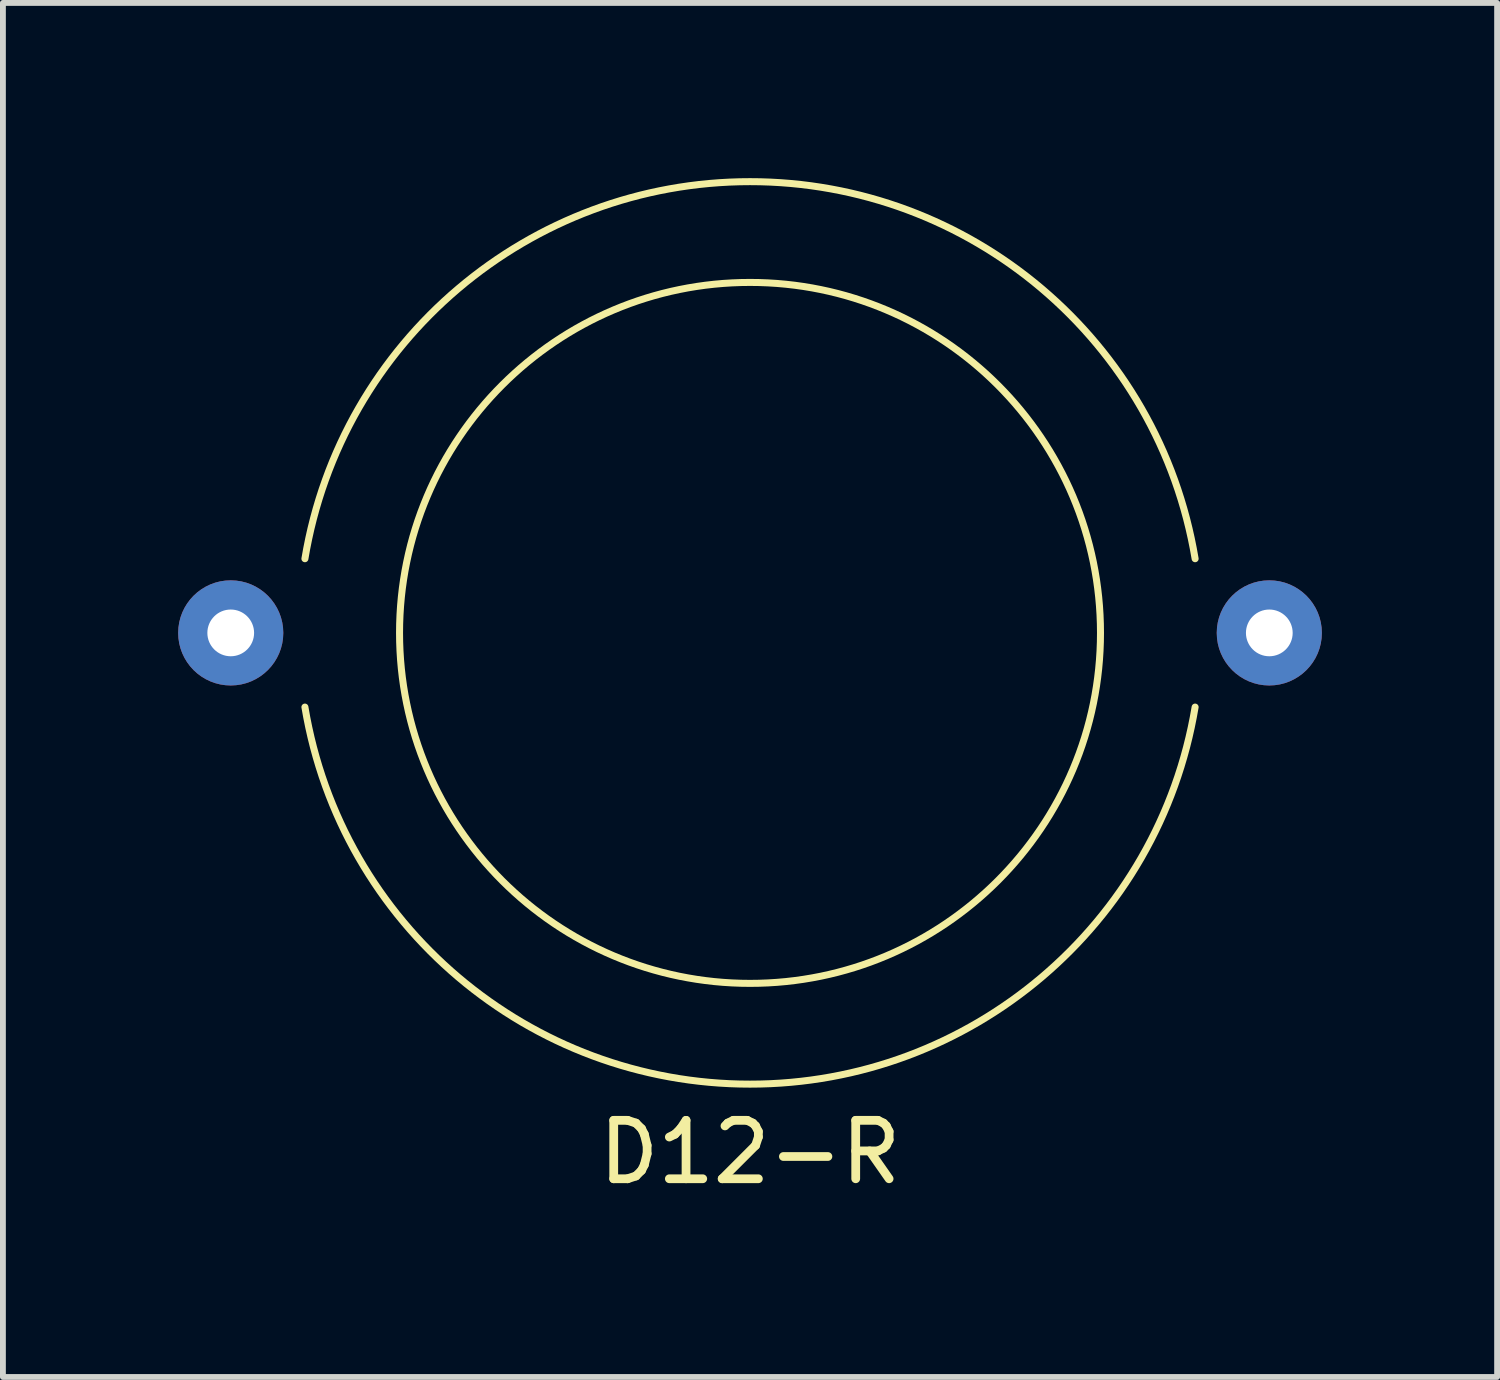
<source format=kicad_pcb>
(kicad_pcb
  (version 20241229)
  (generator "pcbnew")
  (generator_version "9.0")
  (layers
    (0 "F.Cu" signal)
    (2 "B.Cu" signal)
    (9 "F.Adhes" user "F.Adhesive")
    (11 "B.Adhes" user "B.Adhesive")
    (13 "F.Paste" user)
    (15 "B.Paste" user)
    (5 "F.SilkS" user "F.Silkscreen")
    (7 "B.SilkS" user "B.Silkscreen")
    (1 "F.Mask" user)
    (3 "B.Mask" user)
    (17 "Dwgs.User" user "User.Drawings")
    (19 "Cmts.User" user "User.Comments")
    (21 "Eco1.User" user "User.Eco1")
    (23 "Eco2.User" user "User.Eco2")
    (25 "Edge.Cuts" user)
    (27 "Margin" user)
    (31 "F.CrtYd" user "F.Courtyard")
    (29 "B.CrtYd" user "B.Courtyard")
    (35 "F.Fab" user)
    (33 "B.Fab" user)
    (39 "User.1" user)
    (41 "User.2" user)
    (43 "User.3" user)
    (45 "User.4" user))
  (footprint "D12-R"
    (layer "F.Cu")
    (at 9.79 7.785)
    (property "Reference" "D12-R" (at 0 8.89 0) (layer "F.SilkS") (effects (font (size 1 1) (thickness 0.15))))
    (attr through_hole)
    (fp_arc (start -7.619999 -1.270001) (mid 0.000001 -7.725108) (end 7.619999 -1.269999) (stroke (width 0.12) (type solid)) (layer "F.SilkS"))
    (fp_arc (start 7.619999 1.270001) (mid -0.000001 7.725108) (end -7.619999 1.269999) (stroke (width 0.12) (type solid)) (layer "F.SilkS"))
    (fp_circle (center 0 0) (end 6 0) (stroke (width 0.12) (type solid)) (fill no) (layer "F.SilkS"))
    (pad "1" thru_hole circle (at -8.89 0) (size 1.8 1.8) (drill 0.8) (layers "*.Cu" "*.Mask"))
    (pad "2" thru_hole circle (at 8.89 0) (size 1.8 1.8) (drill 0.8) (layers "*.Cu" "*.Mask")))
  (gr_rect
    (start -3 -3)
    (end 22.58 20.523)
    (stroke (width 0.1) (type default))
    (fill no)
    (layer "Edge.Cuts")))
</source>
